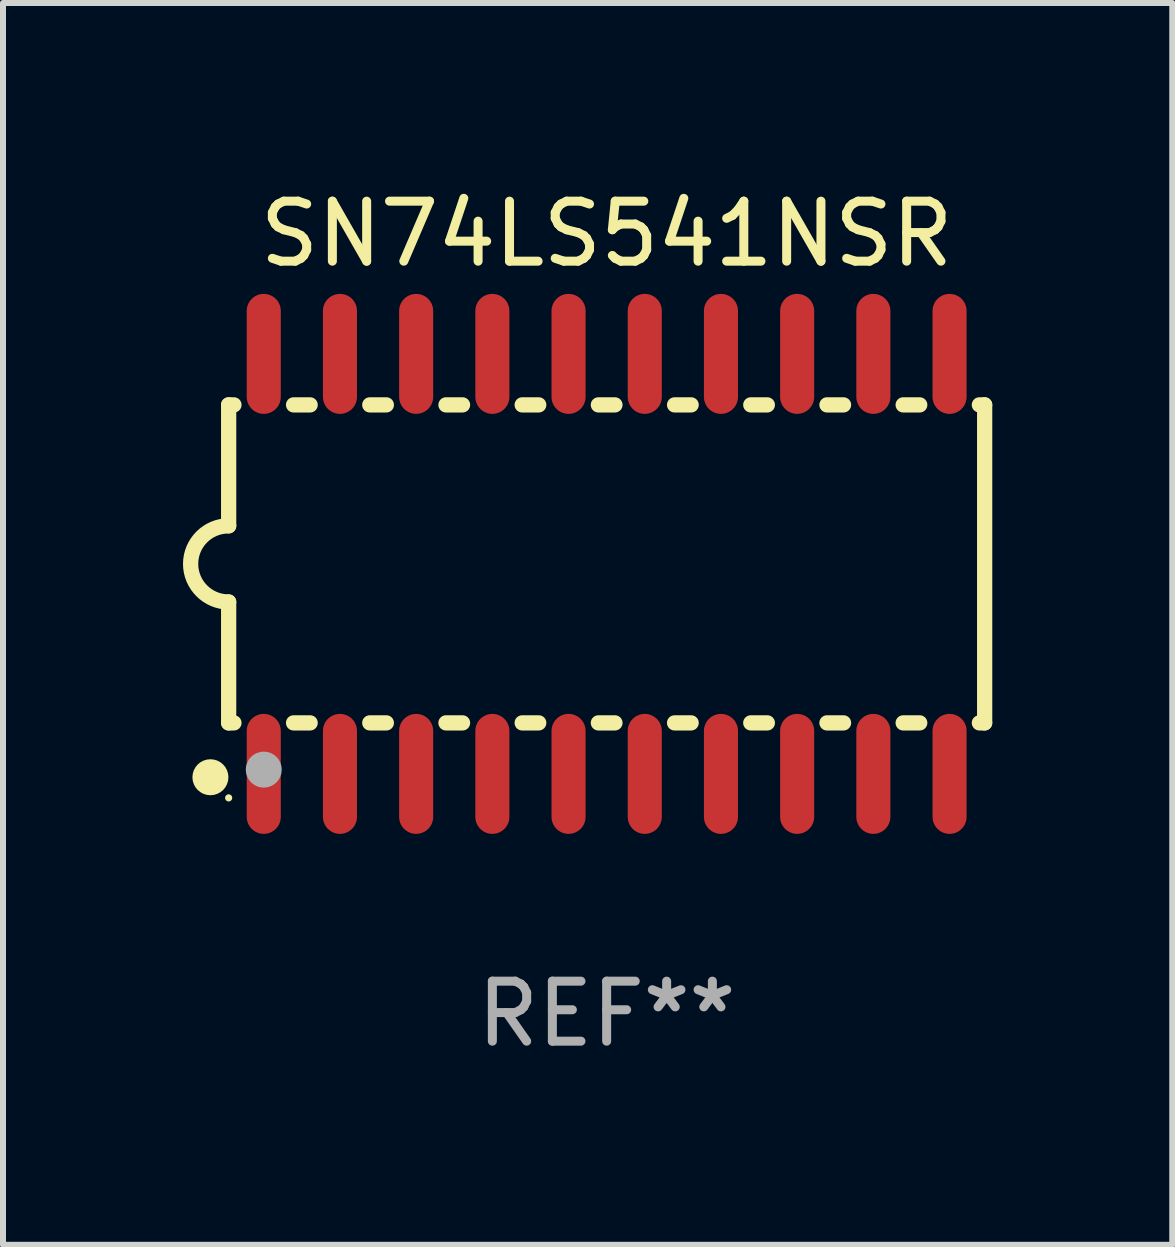
<source format=kicad_pcb>
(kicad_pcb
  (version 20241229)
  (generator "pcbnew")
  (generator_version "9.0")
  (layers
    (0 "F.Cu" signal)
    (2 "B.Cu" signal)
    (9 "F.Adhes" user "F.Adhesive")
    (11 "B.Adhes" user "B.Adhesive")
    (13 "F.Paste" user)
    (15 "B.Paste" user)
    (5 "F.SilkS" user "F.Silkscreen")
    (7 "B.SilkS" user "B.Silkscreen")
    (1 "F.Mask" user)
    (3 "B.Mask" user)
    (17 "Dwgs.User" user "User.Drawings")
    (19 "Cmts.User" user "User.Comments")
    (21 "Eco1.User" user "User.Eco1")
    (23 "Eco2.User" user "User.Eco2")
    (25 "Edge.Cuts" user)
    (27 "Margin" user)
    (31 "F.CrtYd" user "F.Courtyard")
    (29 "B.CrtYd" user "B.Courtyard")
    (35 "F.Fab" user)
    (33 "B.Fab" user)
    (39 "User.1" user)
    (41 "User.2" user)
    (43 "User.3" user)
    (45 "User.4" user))
  (footprint "SN74LS541NSR"
    (layer "F.Cu")
    (at 7.061 6.348)
    (property "Reference" "SN74LS541NSR" (at 0 -5.5 0) (layer "F.SilkS") (effects (font (size 1 1) (thickness 0.15))))
    (attr through_hole)
    (fp_line (start -6.3 -2.65) (end -6.3 -0.635) (stroke (width 0.254) (type solid)) (layer "F.SilkS"))
    (fp_line (start -6.3 -2.65) (end -6.212 -2.65) (stroke (width 0.254) (type solid)) (layer "F.SilkS"))
    (fp_line (start -6.3 2.65) (end -6.3 0.635) (stroke (width 0.254) (type solid)) (layer "F.SilkS"))
    (fp_line (start -6.3 2.65) (end -6.212 2.65) (stroke (width 0.254) (type solid)) (layer "F.SilkS"))
    (fp_line (start -5.218 -2.65) (end -4.942 -2.65) (stroke (width 0.254) (type solid)) (layer "F.SilkS"))
    (fp_line (start -5.218 2.65) (end -4.942 2.65) (stroke (width 0.254) (type solid)) (layer "F.SilkS"))
    (fp_line (start -3.948 -2.65) (end -3.672 -2.65) (stroke (width 0.254) (type solid)) (layer "F.SilkS"))
    (fp_line (start -3.948 2.65) (end -3.672 2.65) (stroke (width 0.254) (type solid)) (layer "F.SilkS"))
    (fp_line (start -2.678 -2.65) (end -2.402 -2.65) (stroke (width 0.254) (type solid)) (layer "F.SilkS"))
    (fp_line (start -2.678 2.65) (end -2.402 2.65) (stroke (width 0.254) (type solid)) (layer "F.SilkS"))
    (fp_line (start -1.408 -2.65) (end -1.132 -2.65) (stroke (width 0.254) (type solid)) (layer "F.SilkS"))
    (fp_line (start -1.408 2.65) (end -1.132 2.65) (stroke (width 0.254) (type solid)) (layer "F.SilkS"))
    (fp_line (start -0.138 -2.65) (end 0.138 -2.65) (stroke (width 0.254) (type solid)) (layer "F.SilkS"))
    (fp_line (start -0.138 2.65) (end 0.138 2.65) (stroke (width 0.254) (type solid)) (layer "F.SilkS"))
    (fp_line (start 1.132 -2.65) (end 1.408 -2.65) (stroke (width 0.254) (type solid)) (layer "F.SilkS"))
    (fp_line (start 1.132 2.65) (end 1.408 2.65) (stroke (width 0.254) (type solid)) (layer "F.SilkS"))
    (fp_line (start 2.402 -2.65) (end 2.678 -2.65) (stroke (width 0.254) (type solid)) (layer "F.SilkS"))
    (fp_line (start 2.402 2.65) (end 2.678 2.65) (stroke (width 0.254) (type solid)) (layer "F.SilkS"))
    (fp_line (start 3.672 -2.65) (end 3.948 -2.65) (stroke (width 0.254) (type solid)) (layer "F.SilkS"))
    (fp_line (start 3.672 2.65) (end 3.948 2.65) (stroke (width 0.254) (type solid)) (layer "F.SilkS"))
    (fp_line (start 4.942 -2.65) (end 5.218 -2.65) (stroke (width 0.254) (type solid)) (layer "F.SilkS"))
    (fp_line (start 4.942 2.65) (end 5.218 2.65) (stroke (width 0.254) (type solid)) (layer "F.SilkS"))
    (fp_line (start 6.212 -2.65) (end 6.3 -2.65) (stroke (width 0.254) (type solid)) (layer "F.SilkS"))
    (fp_line (start 6.212 2.65) (end 6.3 2.65) (stroke (width 0.254) (type solid)) (layer "F.SilkS"))
    (fp_line (start 6.3 -2.65) (end 6.3 2.65) (stroke (width 0.254) (type solid)) (layer "F.SilkS"))
    (fp_arc (start -6.299975 0.634874) (mid -6.933579 0.000127) (end -6.299213 -0.633858) (stroke (width 0.254001) (type solid)) (layer "F.SilkS"))
    (fp_circle (center -6.604 3.556) (end -6.454 3.556) (stroke (width 0.3) (type solid)) (fill no) (layer "F.SilkS"))
    (fp_circle (center -6.3 3.9) (end -6.27 3.9) (stroke (width 0.06) (type solid)) (fill no) (layer "F.SilkS"))
    (fp_circle (center -5.715 3.429) (end -5.565 3.429) (stroke (width 0.3) (type solid)) (fill no) (layer "F.Fab"))
    (fp_text user "REF**" (at 0 7.5 0) (layer "F.Fab") (effects (font (size 1 1) (thickness 0.15))))
    (pad "1" smd oval (at -5.715 3.5) (size 0.568 2) (layers "F.Cu" "F.Mask" "F.Paste"))
    (pad "2" smd oval (at -4.445 3.5) (size 0.568 2) (layers "F.Cu" "F.Mask" "F.Paste"))
    (pad "3" smd oval (at -3.175 3.5) (size 0.568 2) (layers "F.Cu" "F.Mask" "F.Paste"))
    (pad "4" smd oval (at -1.905 3.5) (size 0.568 2) (layers "F.Cu" "F.Mask" "F.Paste"))
    (pad "5" smd oval (at -0.635 3.5) (size 0.568 2) (layers "F.Cu" "F.Mask" "F.Paste"))
    (pad "6" smd oval (at 0.635 3.5) (size 0.568 2) (layers "F.Cu" "F.Mask" "F.Paste"))
    (pad "7" smd oval (at 1.905 3.5) (size 0.568 2) (layers "F.Cu" "F.Mask" "F.Paste"))
    (pad "8" smd oval (at 3.175 3.5) (size 0.568 2) (layers "F.Cu" "F.Mask" "F.Paste"))
    (pad "9" smd oval (at 4.445 3.5) (size 0.568 2) (layers "F.Cu" "F.Mask" "F.Paste"))
    (pad "10" smd oval (at 5.715 3.5) (size 0.568 2) (layers "F.Cu" "F.Mask" "F.Paste"))
    (pad "11" smd oval (at 5.715 -3.5) (size 0.568 2) (layers "F.Cu" "F.Mask" "F.Paste"))
    (pad "12" smd oval (at 4.445 -3.5) (size 0.568 2) (layers "F.Cu" "F.Mask" "F.Paste"))
    (pad "13" smd oval (at 3.175 -3.5) (size 0.568 2) (layers "F.Cu" "F.Mask" "F.Paste"))
    (pad "14" smd oval (at 1.905 -3.5) (size 0.568 2) (layers "F.Cu" "F.Mask" "F.Paste"))
    (pad "15" smd oval (at 0.635 -3.5) (size 0.568 2) (layers "F.Cu" "F.Mask" "F.Paste"))
    (pad "16" smd oval (at -0.635 -3.5) (size 0.568 2) (layers "F.Cu" "F.Mask" "F.Paste"))
    (pad "17" smd oval (at -1.905 -3.5) (size 0.568 2) (layers "F.Cu" "F.Mask" "F.Paste"))
    (pad "18" smd oval (at -3.175 -3.5) (size 0.568 2) (layers "F.Cu" "F.Mask" "F.Paste"))
    (pad "19" smd oval (at -4.445 -3.5) (size 0.568 2) (layers "F.Cu" "F.Mask" "F.Paste"))
    (pad "20" smd oval (at -5.715 -3.5) (size 0.568 2) (layers "F.Cu" "F.Mask" "F.Paste")))
  (gr_rect
    (start -3 -3)
    (end 16.488 17.697)
    (stroke (width 0.1) (type default))
    (fill no)
    (layer "Edge.Cuts")))
</source>
